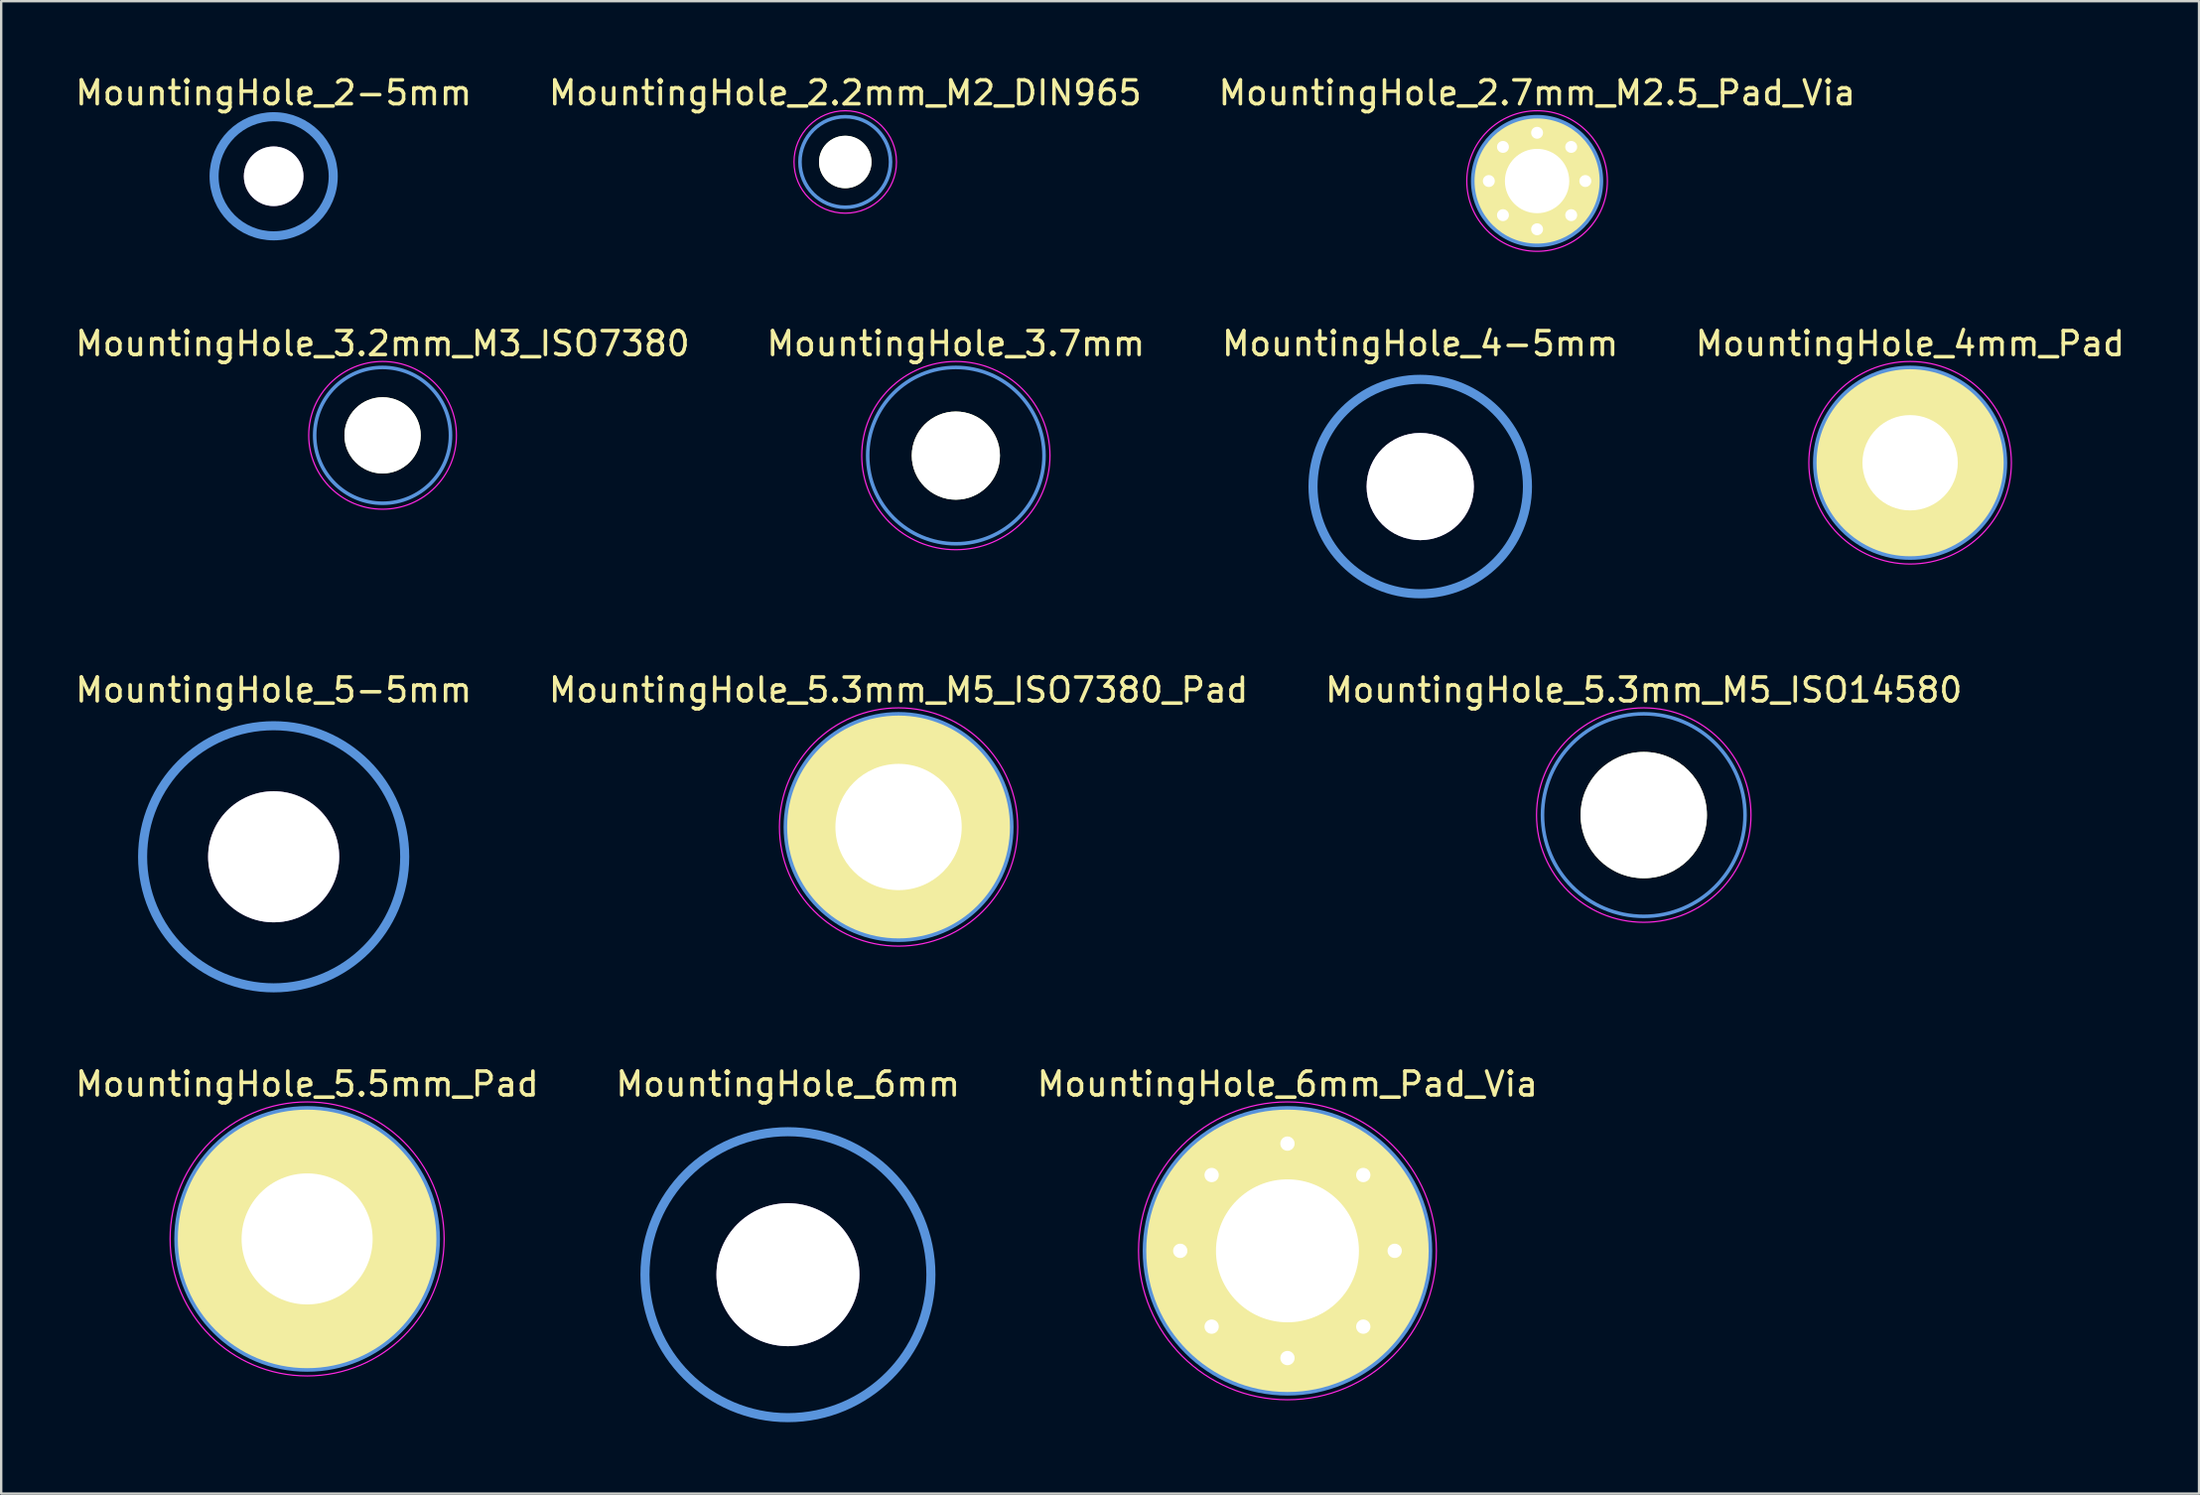
<source format=kicad_pcb>
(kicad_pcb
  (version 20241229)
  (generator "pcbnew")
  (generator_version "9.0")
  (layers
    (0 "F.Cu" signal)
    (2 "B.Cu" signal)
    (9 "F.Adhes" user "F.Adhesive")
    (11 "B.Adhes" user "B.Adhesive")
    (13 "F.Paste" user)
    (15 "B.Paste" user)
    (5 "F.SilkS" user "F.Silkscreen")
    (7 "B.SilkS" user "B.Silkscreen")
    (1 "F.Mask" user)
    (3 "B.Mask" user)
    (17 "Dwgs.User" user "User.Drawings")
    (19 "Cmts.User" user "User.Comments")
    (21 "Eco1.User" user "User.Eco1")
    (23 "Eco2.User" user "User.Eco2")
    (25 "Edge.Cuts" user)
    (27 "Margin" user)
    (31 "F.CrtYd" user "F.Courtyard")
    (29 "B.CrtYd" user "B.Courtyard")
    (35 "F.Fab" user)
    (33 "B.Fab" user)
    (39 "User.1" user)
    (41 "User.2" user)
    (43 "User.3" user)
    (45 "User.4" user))
  (footprint "MountingHole_5.3mm_M5_ISO14580"
    (layer "F.Cu")
    (at 65.935 31.16)
    (property "Reference" "MountingHole_5.3mm_M5_ISO14580" (at 0 -5.25 0) (layer "F.SilkS") (effects (font (size 1 1) (thickness 0.15))))
    (attr through_hole)
    (fp_circle (center 0 0) (end 4.25 0) (stroke (width 0.15) (type solid)) (fill no) (layer "Cmts.User"))
    (fp_circle (center 0 0) (end 4.5 0) (stroke (width 0.05) (type solid)) (fill no) (layer "F.CrtYd"))
    (pad "" np_thru_hole circle (at 0 0) (size 5.3 5.3) (drill 5.3) (layers "*.Cu" "*.Mask" "F.SilkS")))
  (footprint "MountingHole_5.5mm_Pad"
    (layer "F.Cu")
    (at 9.839 48.949)
    (property "Reference" "MountingHole_5.5mm_Pad" (at 0 -6.5 0) (layer "F.SilkS") (effects (font (size 1 1) (thickness 0.15))))
    (attr through_hole)
    (fp_circle (center 0 0) (end 5.5 0) (stroke (width 0.15) (type solid)) (fill no) (layer "Cmts.User"))
    (fp_circle (center 0 0) (end 5.75 0) (stroke (width 0.05) (type solid)) (fill no) (layer "F.CrtYd"))
    (pad "1" thru_hole circle (at 0 0) (size 11 11) (drill 5.5) (layers "*.Cu" "*.Mask" "F.SilkS")))
  (footprint "MountingHole_5.3mm_M5_ISO7380_Pad"
    (layer "F.Cu")
    (at 34.661 31.66)
    (property "Reference" "MountingHole_5.3mm_M5_ISO7380_Pad" (at 0 -5.75 0) (layer "F.SilkS") (effects (font (size 1 1) (thickness 0.15))))
    (attr through_hole)
    (fp_circle (center 0 0) (end 4.75 0) (stroke (width 0.15) (type solid)) (fill no) (layer "Cmts.User"))
    (fp_circle (center 0 0) (end 5 0) (stroke (width 0.05) (type solid)) (fill no) (layer "F.CrtYd"))
    (pad "1" thru_hole circle (at 0 0) (size 9.5 9.5) (drill 5.3) (layers "*.Cu" "*.Mask" "F.SilkS")))
  (footprint "MountingHole_2.7mm_M2.5_Pad_Via"
    (layer "F.Cu")
    (at 61.458 4.548)
    (property "Reference" "MountingHole_2.7mm_M2.5_Pad_Via" (at 0 -3.7 0) (layer "F.SilkS") (effects (font (size 1 1) (thickness 0.15))))
    (attr through_hole)
    (fp_circle (center 0 0) (end 2.7 0) (stroke (width 0.15) (type solid)) (fill no) (layer "Cmts.User"))
    (fp_circle (center 0 0) (end 2.95 0) (stroke (width 0.05) (type solid)) (fill no) (layer "F.CrtYd"))
    (pad "" thru_hole circle (at -2.025 0) (size 0.6 0.6) (drill 0.5) (layers "*.Cu" "*.Mask"))
    (pad "" thru_hole circle (at -1.432 -1.432) (size 0.6 0.6) (drill 0.5) (layers "*.Cu" "*.Mask"))
    (pad "" thru_hole circle (at -1.432 1.432) (size 0.6 0.6) (drill 0.5) (layers "*.Cu" "*.Mask"))
    (pad "" thru_hole circle (at 0 -2.025) (size 0.6 0.6) (drill 0.5) (layers "*.Cu" "*.Mask"))
    (pad "" thru_hole circle (at 0 2.025) (size 0.6 0.6) (drill 0.5) (layers "*.Cu" "*.Mask"))
    (pad "" thru_hole circle (at 1.432 -1.432) (size 0.6 0.6) (drill 0.5) (layers "*.Cu" "*.Mask"))
    (pad "" thru_hole circle (at 1.432 1.432) (size 0.6 0.6) (drill 0.5) (layers "*.Cu" "*.Mask"))
    (pad "" thru_hole circle (at 2.025 0) (size 0.6 0.6) (drill 0.5) (layers "*.Cu" "*.Mask"))
    (pad "1" thru_hole circle (at 0 0) (size 5.4 5.4) (drill 2.7) (layers "*.Cu" "*.Mask" "F.SilkS")))
  (footprint "MountingHole_5-5mm"
    (layer "F.Cu")
    (at 8.435 32.91)
    (property "Reference" "MountingHole_5-5mm" (at 0 -7 0) (layer "F.SilkS") (effects (font (size 1 1) (thickness 0.15))))
    (attr through_hole)
    (fp_circle (center 0 0) (end 5.5 0) (stroke (width 0.381) (type solid)) (fill no) (layer "Cmts.User"))
    (pad "" thru_hole circle (at 0 0) (size 5.5 5.5) (drill 5.5) (layers)))
  (footprint "MountingHole_3.2mm_M3_ISO7380"
    (layer "F.Cu")
    (at 13.006 15.222)
    (property "Reference" "MountingHole_3.2mm_M3_ISO7380" (at 0 -3.85 0) (layer "F.SilkS") (effects (font (size 1 1) (thickness 0.15))))
    (attr through_hole)
    (fp_circle (center 0 0) (end 2.85 0) (stroke (width 0.15) (type solid)) (fill no) (layer "Cmts.User"))
    (fp_circle (center 0 0) (end 3.1 0) (stroke (width 0.05) (type solid)) (fill no) (layer "F.CrtYd"))
    (pad "" np_thru_hole circle (at 0 0) (size 3.2 3.2) (drill 3.2) (layers "*.Cu" "*.Mask" "F.SilkS")))
  (footprint "MountingHole_2.2mm_M2_DIN965"
    (layer "F.Cu")
    (at 32.423 3.748)
    (property "Reference" "MountingHole_2.2mm_M2_DIN965" (at 0 -2.9 0) (layer "F.SilkS") (effects (font (size 1 1) (thickness 0.15))))
    (attr through_hole)
    (fp_circle (center 0 0) (end 1.9 0) (stroke (width 0.15) (type solid)) (fill no) (layer "Cmts.User"))
    (fp_circle (center 0 0) (end 2.15 0) (stroke (width 0.05) (type solid)) (fill no) (layer "F.CrtYd"))
    (pad "" np_thru_hole circle (at 0 0) (size 2.2 2.2) (drill 2.2) (layers "*.Cu" "*.Mask" "F.SilkS")))
  (footprint "MountingHole_2-5mm"
    (layer "F.Cu")
    (at 8.435 4.348)
    (property "Reference" "MountingHole_2-5mm" (at 0 -3.5 0) (layer "F.SilkS") (effects (font (size 1 1) (thickness 0.15))))
    (attr through_hole)
    (fp_circle (center 0 0) (end 2.5 0) (stroke (width 0.381) (type solid)) (fill no) (layer "Cmts.User"))
    (pad "" thru_hole circle (at 0 0) (size 2.5 2.5) (drill 2.5) (layers)))
  (footprint "MountingHole_4mm_Pad"
    (layer "F.Cu")
    (at 77.113 16.372)
    (property "Reference" "MountingHole_4mm_Pad" (at 0 -5 0) (layer "F.SilkS") (effects (font (size 1 1) (thickness 0.15))))
    (attr through_hole)
    (fp_circle (center 0 0) (end 4 0) (stroke (width 0.15) (type solid)) (fill no) (layer "Cmts.User"))
    (fp_circle (center 0 0) (end 4.25 0) (stroke (width 0.05) (type solid)) (fill no) (layer "F.CrtYd"))
    (pad "1" thru_hole circle (at 0 0) (size 8 8) (drill 4) (layers "*.Cu" "*.Mask" "F.SilkS")))
  (footprint "MountingHole_6mm_Pad_Via"
    (layer "F.Cu")
    (at 50.982 49.449)
    (property "Reference" "MountingHole_6mm_Pad_Via" (at 0 -7 0) (layer "F.SilkS") (effects (font (size 1 1) (thickness 0.15))))
    (attr through_hole)
    (fp_circle (center 0 0) (end 6 0) (stroke (width 0.15) (type solid)) (fill no) (layer "Cmts.User"))
    (fp_circle (center 0 0) (end 6.25 0) (stroke (width 0.05) (type solid)) (fill no) (layer "F.CrtYd"))
    (pad "" thru_hole circle (at -4.5 0) (size 0.7 0.7) (drill 0.6) (layers "*.Cu" "*.Mask"))
    (pad "" thru_hole circle (at -3.182 -3.182) (size 0.7 0.7) (drill 0.6) (layers "*.Cu" "*.Mask"))
    (pad "" thru_hole circle (at -3.182 3.182) (size 0.7 0.7) (drill 0.6) (layers "*.Cu" "*.Mask"))
    (pad "" thru_hole circle (at 0 -4.5) (size 0.7 0.7) (drill 0.6) (layers "*.Cu" "*.Mask"))
    (pad "" thru_hole circle (at 0 4.5) (size 0.7 0.7) (drill 0.6) (layers "*.Cu" "*.Mask"))
    (pad "" thru_hole circle (at 3.182 -3.182) (size 0.7 0.7) (drill 0.6) (layers "*.Cu" "*.Mask"))
    (pad "" thru_hole circle (at 3.182 3.182) (size 0.7 0.7) (drill 0.6) (layers "*.Cu" "*.Mask"))
    (pad "" thru_hole circle (at 4.5 0) (size 0.7 0.7) (drill 0.6) (layers "*.Cu" "*.Mask"))
    (pad "1" thru_hole circle (at 0 0) (size 12 12) (drill 6) (layers "*.Cu" "*.Mask" "F.SilkS")))
  (footprint "MountingHole_3.7mm"
    (layer "F.Cu")
    (at 37.065 16.072)
    (property "Reference" "MountingHole_3.7mm" (at 0 -4.7 0) (layer "F.SilkS") (effects (font (size 1 1) (thickness 0.15))))
    (attr through_hole)
    (fp_circle (center 0 0) (end 3.7 0) (stroke (width 0.15) (type solid)) (fill no) (layer "Cmts.User"))
    (fp_circle (center 0 0) (end 3.95 0) (stroke (width 0.05) (type solid)) (fill no) (layer "F.CrtYd"))
    (pad "" np_thru_hole circle (at 0 0) (size 3.7 3.7) (drill 3.7) (layers "*.Cu" "*.Mask" "F.SilkS")))
  (footprint "MountingHole_4-5mm"
    (layer "F.Cu")
    (at 56.554 17.371)
    (property "Reference" "MountingHole_4-5mm" (at 0 -5.999 0) (layer "F.SilkS") (effects (font (size 1 1) (thickness 0.15))))
    (attr through_hole)
    (fp_circle (center 0 0) (end 4.5 0) (stroke (width 0.381) (type solid)) (fill no) (layer "Cmts.User"))
    (pad "" thru_hole circle (at 0 0) (size 4.5 4.5) (drill 4.5) (layers)))
  (footprint "MountingHole_6mm"
    (layer "F.Cu")
    (at 30.018 50.45)
    (property "Reference" "MountingHole_6mm" (at 0 -8.001 0) (layer "F.SilkS") (effects (font (size 1 1) (thickness 0.15))))
    (attr through_hole)
    (fp_circle (center 0 0) (end 6 0) (stroke (width 0.381) (type solid)) (fill no) (layer "Cmts.User"))
    (pad "" thru_hole circle (at 0 0) (size 6 6) (drill 6) (layers)))
  (gr_rect
    (start -3 -3)
    (end 89.238 59.64)
    (stroke (width 0.1) (type default))
    (fill no)
    (layer "Edge.Cuts")))
</source>
